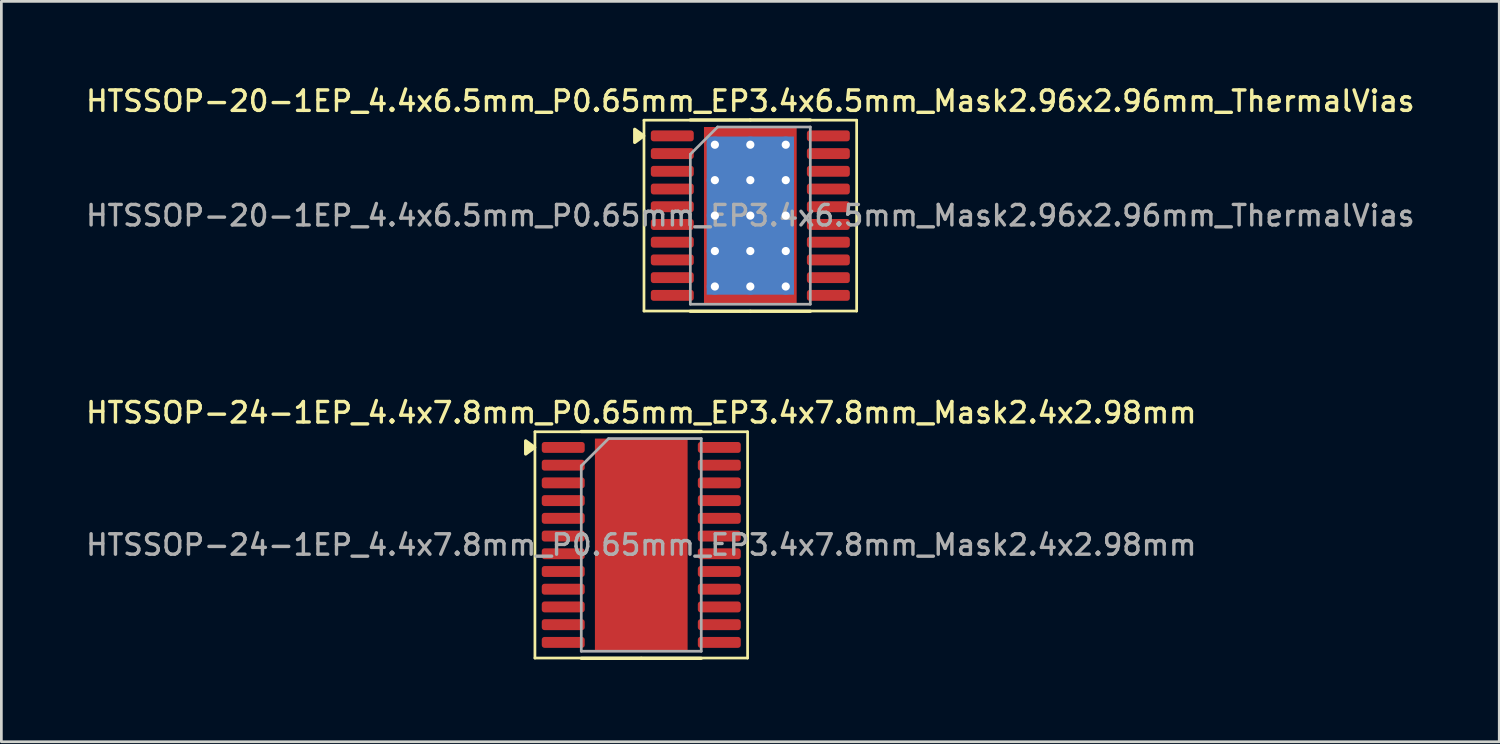
<source format=kicad_pcb>
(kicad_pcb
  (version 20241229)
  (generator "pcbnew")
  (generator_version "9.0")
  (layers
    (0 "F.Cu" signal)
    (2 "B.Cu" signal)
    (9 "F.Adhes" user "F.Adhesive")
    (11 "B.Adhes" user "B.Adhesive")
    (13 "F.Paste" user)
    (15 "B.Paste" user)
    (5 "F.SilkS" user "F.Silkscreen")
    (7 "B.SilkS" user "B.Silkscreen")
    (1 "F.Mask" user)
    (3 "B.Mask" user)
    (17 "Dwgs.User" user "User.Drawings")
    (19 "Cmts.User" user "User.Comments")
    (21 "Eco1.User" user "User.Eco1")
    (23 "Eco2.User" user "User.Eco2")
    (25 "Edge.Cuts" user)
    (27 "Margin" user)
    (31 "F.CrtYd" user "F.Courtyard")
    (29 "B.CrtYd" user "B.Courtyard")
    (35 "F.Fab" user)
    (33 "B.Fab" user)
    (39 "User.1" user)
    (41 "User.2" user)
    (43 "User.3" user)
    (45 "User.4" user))
  (footprint "HTSSOP-20-1EP_4.4x6.5mm_P0.65mm_EP3.4x6.5mm_Mask2.96x2.96mm_ThermalVias"
    (layer "F.Cu")
    (at 24.47 4.858)
    (property "Reference" "HTSSOP-20-1EP_4.4x6.5mm_P0.65mm_EP3.4x6.5mm_Mask2.96x2.96mm_ThermalVias" (at 0 -4.2 0) (layer "F.SilkS") (effects (font (size 0.75 0.75) (thickness 0.125))))
    (attr smd)
    (fp_line (start -3.9 -3.5) (end -3.9 3.5) (stroke (width 0.1) (type solid)) (layer "F.SilkS"))
    (fp_line (start -3.9 3.5) (end 3.9 3.5) (stroke (width 0.1) (type solid)) (layer "F.SilkS"))
    (fp_line (start 0 -3.51) (end -2.2 -3.51) (stroke (width 0.12) (type solid)) (layer "F.SilkS"))
    (fp_line (start 0 -3.51) (end 2.2 -3.51) (stroke (width 0.12) (type solid)) (layer "F.SilkS"))
    (fp_line (start 0 3.51) (end -2.2 3.51) (stroke (width 0.12) (type solid)) (layer "F.SilkS"))
    (fp_line (start 0 3.51) (end 2.2 3.51) (stroke (width 0.12) (type solid)) (layer "F.SilkS"))
    (fp_line (start 3.9 -3.5) (end -3.9 -3.5) (stroke (width 0.1) (type solid)) (layer "F.SilkS"))
    (fp_line (start 3.9 3.5) (end 3.9 -3.5) (stroke (width 0.1) (type solid)) (layer "F.SilkS"))
    (fp_poly (pts (xy -3.91 -2.925) (xy -4.24 -3.165) (xy -4.24 -2.685) (xy -3.91 -2.925)) (stroke (width 0.12) (type solid)) (fill yes) (layer "F.SilkS"))
    (fp_line (start -2.2 -2.25) (end -1.2 -3.25) (stroke (width 0.1) (type solid)) (layer "F.Fab"))
    (fp_line (start -2.2 3.25) (end -2.2 -2.25) (stroke (width 0.1) (type solid)) (layer "F.Fab"))
    (fp_line (start -1.2 -3.25) (end 2.2 -3.25) (stroke (width 0.1) (type solid)) (layer "F.Fab"))
    (fp_line (start 2.2 -3.25) (end 2.2 3.25) (stroke (width 0.1) (type solid)) (layer "F.Fab"))
    (fp_line (start 2.2 3.25) (end -2.2 3.25) (stroke (width 0.1) (type solid)) (layer "F.Fab"))
    (fp_text user "${REFERENCE}" (at 0 0 0) (layer "F.Fab") (effects (font (size 0.75 0.75) (thickness 0.125))))
    (pad "" smd roundrect (at -0.74 -0.74) (size 1.19 1.19) (layers "F.Paste") (roundrect_rratio 0.21))
    (pad "" smd roundrect (at -0.74 0.74) (size 1.19 1.19) (layers "F.Paste") (roundrect_rratio 0.21))
    (pad "" smd rect (at 0 0) (size 2.96 2.96) (layers "F.Mask"))
    (pad "" smd roundrect (at 0.74 -0.74) (size 1.19 1.19) (layers "F.Paste") (roundrect_rratio 0.21))
    (pad "" smd roundrect (at 0.74 0.74) (size 1.19 1.19) (layers "F.Paste") (roundrect_rratio 0.21))
    (pad "1" smd roundrect (at -2.862 -2.925) (size 1.575 0.4) (layers "F.Cu" "F.Mask" "F.Paste") (roundrect_rratio 0.25))
    (pad "2" smd roundrect (at -2.862 -2.275) (size 1.575 0.4) (layers "F.Cu" "F.Mask" "F.Paste") (roundrect_rratio 0.25))
    (pad "3" smd roundrect (at -2.862 -1.625) (size 1.575 0.4) (layers "F.Cu" "F.Mask" "F.Paste") (roundrect_rratio 0.25))
    (pad "4" smd roundrect (at -2.862 -0.975) (size 1.575 0.4) (layers "F.Cu" "F.Mask" "F.Paste") (roundrect_rratio 0.25))
    (pad "5" smd roundrect (at -2.862 -0.325) (size 1.575 0.4) (layers "F.Cu" "F.Mask" "F.Paste") (roundrect_rratio 0.25))
    (pad "6" smd roundrect (at -2.862 0.325) (size 1.575 0.4) (layers "F.Cu" "F.Mask" "F.Paste") (roundrect_rratio 0.25))
    (pad "7" smd roundrect (at -2.862 0.975) (size 1.575 0.4) (layers "F.Cu" "F.Mask" "F.Paste") (roundrect_rratio 0.25))
    (pad "8" smd roundrect (at -2.862 1.625) (size 1.575 0.4) (layers "F.Cu" "F.Mask" "F.Paste") (roundrect_rratio 0.25))
    (pad "9" smd roundrect (at -2.862 2.275) (size 1.575 0.4) (layers "F.Cu" "F.Mask" "F.Paste") (roundrect_rratio 0.25))
    (pad "10" smd roundrect (at -2.862 2.925) (size 1.575 0.4) (layers "F.Cu" "F.Mask" "F.Paste") (roundrect_rratio 0.25))
    (pad "11" smd roundrect (at 2.862 2.925) (size 1.575 0.4) (layers "F.Cu" "F.Mask" "F.Paste") (roundrect_rratio 0.25))
    (pad "12" smd roundrect (at 2.862 2.275) (size 1.575 0.4) (layers "F.Cu" "F.Mask" "F.Paste") (roundrect_rratio 0.25))
    (pad "13" smd roundrect (at 2.862 1.625) (size 1.575 0.4) (layers "F.Cu" "F.Mask" "F.Paste") (roundrect_rratio 0.25))
    (pad "14" smd roundrect (at 2.862 0.975) (size 1.575 0.4) (layers "F.Cu" "F.Mask" "F.Paste") (roundrect_rratio 0.25))
    (pad "15" smd roundrect (at 2.862 0.325) (size 1.575 0.4) (layers "F.Cu" "F.Mask" "F.Paste") (roundrect_rratio 0.25))
    (pad "16" smd roundrect (at 2.862 -0.325) (size 1.575 0.4) (layers "F.Cu" "F.Mask" "F.Paste") (roundrect_rratio 0.25))
    (pad "17" smd roundrect (at 2.862 -0.975) (size 1.575 0.4) (layers "F.Cu" "F.Mask" "F.Paste") (roundrect_rratio 0.25))
    (pad "18" smd roundrect (at 2.862 -1.625) (size 1.575 0.4) (layers "F.Cu" "F.Mask" "F.Paste") (roundrect_rratio 0.25))
    (pad "19" smd roundrect (at 2.862 -2.275) (size 1.575 0.4) (layers "F.Cu" "F.Mask" "F.Paste") (roundrect_rratio 0.25))
    (pad "20" smd roundrect (at 2.862 -2.925) (size 1.575 0.4) (layers "F.Cu" "F.Mask" "F.Paste") (roundrect_rratio 0.25))
    (pad "21" thru_hole circle (at -1.3 -2.6) (size 0.6 0.6) (drill 0.3) (property pad_prop_heatsink) (layers "*.Cu"))
    (pad "21" thru_hole circle (at -1.3 -1.3) (size 0.6 0.6) (drill 0.3) (property pad_prop_heatsink) (layers "*.Cu"))
    (pad "21" thru_hole circle (at -1.3 0) (size 0.6 0.6) (drill 0.3) (property pad_prop_heatsink) (layers "*.Cu"))
    (pad "21" thru_hole circle (at -1.3 1.3) (size 0.6 0.6) (drill 0.3) (property pad_prop_heatsink) (layers "*.Cu"))
    (pad "21" thru_hole circle (at -1.3 2.6) (size 0.6 0.6) (drill 0.3) (property pad_prop_heatsink) (layers "*.Cu"))
    (pad "21" thru_hole circle (at 0 -2.6) (size 0.6 0.6) (drill 0.3) (property pad_prop_heatsink) (layers "*.Cu"))
    (pad "21" thru_hole circle (at 0 -1.3) (size 0.6 0.6) (drill 0.3) (property pad_prop_heatsink) (layers "*.Cu"))
    (pad "21" thru_hole circle (at 0 0) (size 0.6 0.6) (drill 0.3) (property pad_prop_heatsink) (layers "*.Cu"))
    (pad "21" smd rect (at 0 0) (size 3.2 5.8) (property pad_prop_heatsink) (layers "B.Cu"))
    (pad "21" smd rect (at 0 0) (size 3.4 6.5) (property pad_prop_heatsink) (layers "F.Cu"))
    (pad "21" thru_hole circle (at 0 1.3) (size 0.6 0.6) (drill 0.3) (property pad_prop_heatsink) (layers "*.Cu"))
    (pad "21" thru_hole circle (at 0 2.6) (size 0.6 0.6) (drill 0.3) (property pad_prop_heatsink) (layers "*.Cu"))
    (pad "21" thru_hole circle (at 1.3 -2.6) (size 0.6 0.6) (drill 0.3) (property pad_prop_heatsink) (layers "*.Cu"))
    (pad "21" thru_hole circle (at 1.3 -1.3) (size 0.6 0.6) (drill 0.3) (property pad_prop_heatsink) (layers "*.Cu"))
    (pad "21" thru_hole circle (at 1.3 0) (size 0.6 0.6) (drill 0.3) (property pad_prop_heatsink) (layers "*.Cu"))
    (pad "21" thru_hole circle (at 1.3 1.3) (size 0.6 0.6) (drill 0.3) (property pad_prop_heatsink) (layers "*.Cu"))
    (pad "21" thru_hole circle (at 1.3 2.6) (size 0.6 0.6) (drill 0.3) (property pad_prop_heatsink) (layers "*.Cu")))
  (footprint "HTSSOP-24-1EP_4.4x7.8mm_P0.65mm_EP3.4x7.8mm_Mask2.4x2.98mm"
    (layer "F.Cu")
    (at 20.47 16.936)
    (property "Reference" "HTSSOP-24-1EP_4.4x7.8mm_P0.65mm_EP3.4x7.8mm_Mask2.4x2.98mm" (at 0 -4.85 0) (layer "F.SilkS") (effects (font (size 0.75 0.75) (thickness 0.125))))
    (attr smd)
    (fp_line (start -3.9 -4.15) (end -3.9 4.15) (stroke (width 0.1) (type solid)) (layer "F.SilkS"))
    (fp_line (start -3.9 4.15) (end 3.9 4.15) (stroke (width 0.1) (type solid)) (layer "F.SilkS"))
    (fp_line (start 0 -4.16) (end -2.2 -4.16) (stroke (width 0.12) (type solid)) (layer "F.SilkS"))
    (fp_line (start 0 -4.16) (end 2.2 -4.16) (stroke (width 0.12) (type solid)) (layer "F.SilkS"))
    (fp_line (start 0 4.16) (end -2.2 4.16) (stroke (width 0.12) (type solid)) (layer "F.SilkS"))
    (fp_line (start 0 4.16) (end 2.2 4.16) (stroke (width 0.12) (type solid)) (layer "F.SilkS"))
    (fp_line (start 3.9 -4.15) (end -3.9 -4.15) (stroke (width 0.1) (type solid)) (layer "F.SilkS"))
    (fp_line (start 3.9 4.15) (end 3.9 -4.15) (stroke (width 0.1) (type solid)) (layer "F.SilkS"))
    (fp_poly (pts (xy -3.91 -3.575) (xy -4.24 -3.815) (xy -4.24 -3.335) (xy -3.91 -3.575)) (stroke (width 0.12) (type solid)) (fill yes) (layer "F.SilkS"))
    (fp_line (start -2.2 -2.9) (end -1.2 -3.9) (stroke (width 0.1) (type solid)) (layer "F.Fab"))
    (fp_line (start -2.2 3.9) (end -2.2 -2.9) (stroke (width 0.1) (type solid)) (layer "F.Fab"))
    (fp_line (start -1.2 -3.9) (end 2.2 -3.9) (stroke (width 0.1) (type solid)) (layer "F.Fab"))
    (fp_line (start 2.2 -3.9) (end 2.2 3.9) (stroke (width 0.1) (type solid)) (layer "F.Fab"))
    (fp_line (start 2.2 3.9) (end -2.2 3.9) (stroke (width 0.1) (type solid)) (layer "F.Fab"))
    (fp_text user "${REFERENCE}" (at 0 0 0) (layer "F.Fab") (effects (font (size 0.75 0.75) (thickness 0.125))))
    (pad "" smd roundrect (at 0 0) (size 1.93 2.4) (layers "F.Paste") (roundrect_rratio 0.13))
    (pad "" smd rect (at 0 0) (size 2.4 2.98) (layers "F.Mask"))
    (pad "1" smd roundrect (at -2.862 -3.575) (size 1.575 0.4) (layers "F.Cu" "F.Mask" "F.Paste") (roundrect_rratio 0.25))
    (pad "2" smd roundrect (at -2.862 -2.925) (size 1.575 0.4) (layers "F.Cu" "F.Mask" "F.Paste") (roundrect_rratio 0.25))
    (pad "3" smd roundrect (at -2.862 -2.275) (size 1.575 0.4) (layers "F.Cu" "F.Mask" "F.Paste") (roundrect_rratio 0.25))
    (pad "4" smd roundrect (at -2.862 -1.625) (size 1.575 0.4) (layers "F.Cu" "F.Mask" "F.Paste") (roundrect_rratio 0.25))
    (pad "5" smd roundrect (at -2.862 -0.975) (size 1.575 0.4) (layers "F.Cu" "F.Mask" "F.Paste") (roundrect_rratio 0.25))
    (pad "6" smd roundrect (at -2.862 -0.325) (size 1.575 0.4) (layers "F.Cu" "F.Mask" "F.Paste") (roundrect_rratio 0.25))
    (pad "7" smd roundrect (at -2.862 0.325) (size 1.575 0.4) (layers "F.Cu" "F.Mask" "F.Paste") (roundrect_rratio 0.25))
    (pad "8" smd roundrect (at -2.862 0.975) (size 1.575 0.4) (layers "F.Cu" "F.Mask" "F.Paste") (roundrect_rratio 0.25))
    (pad "9" smd roundrect (at -2.862 1.625) (size 1.575 0.4) (layers "F.Cu" "F.Mask" "F.Paste") (roundrect_rratio 0.25))
    (pad "10" smd roundrect (at -2.862 2.275) (size 1.575 0.4) (layers "F.Cu" "F.Mask" "F.Paste") (roundrect_rratio 0.25))
    (pad "11" smd roundrect (at -2.862 2.925) (size 1.575 0.4) (layers "F.Cu" "F.Mask" "F.Paste") (roundrect_rratio 0.25))
    (pad "12" smd roundrect (at -2.862 3.575) (size 1.575 0.4) (layers "F.Cu" "F.Mask" "F.Paste") (roundrect_rratio 0.25))
    (pad "13" smd roundrect (at 2.862 3.575) (size 1.575 0.4) (layers "F.Cu" "F.Mask" "F.Paste") (roundrect_rratio 0.25))
    (pad "14" smd roundrect (at 2.862 2.925) (size 1.575 0.4) (layers "F.Cu" "F.Mask" "F.Paste") (roundrect_rratio 0.25))
    (pad "15" smd roundrect (at 2.862 2.275) (size 1.575 0.4) (layers "F.Cu" "F.Mask" "F.Paste") (roundrect_rratio 0.25))
    (pad "16" smd roundrect (at 2.862 1.625) (size 1.575 0.4) (layers "F.Cu" "F.Mask" "F.Paste") (roundrect_rratio 0.25))
    (pad "17" smd roundrect (at 2.862 0.975) (size 1.575 0.4) (layers "F.Cu" "F.Mask" "F.Paste") (roundrect_rratio 0.25))
    (pad "18" smd roundrect (at 2.862 0.325) (size 1.575 0.4) (layers "F.Cu" "F.Mask" "F.Paste") (roundrect_rratio 0.25))
    (pad "19" smd roundrect (at 2.862 -0.325) (size 1.575 0.4) (layers "F.Cu" "F.Mask" "F.Paste") (roundrect_rratio 0.25))
    (pad "20" smd roundrect (at 2.862 -0.975) (size 1.575 0.4) (layers "F.Cu" "F.Mask" "F.Paste") (roundrect_rratio 0.25))
    (pad "21" smd roundrect (at 2.862 -1.625) (size 1.575 0.4) (layers "F.Cu" "F.Mask" "F.Paste") (roundrect_rratio 0.25))
    (pad "22" smd roundrect (at 2.862 -2.275) (size 1.575 0.4) (layers "F.Cu" "F.Mask" "F.Paste") (roundrect_rratio 0.25))
    (pad "23" smd roundrect (at 2.862 -2.925) (size 1.575 0.4) (layers "F.Cu" "F.Mask" "F.Paste") (roundrect_rratio 0.25))
    (pad "24" smd roundrect (at 2.862 -3.575) (size 1.575 0.4) (layers "F.Cu" "F.Mask" "F.Paste") (roundrect_rratio 0.25))
    (pad "25" smd rect (at 0 0) (size 3.4 7.8) (property pad_prop_heatsink) (layers "F.Cu")))
  (gr_rect
    (start -3 -3)
    (end 51.939 24.156)
    (stroke (width 0.1) (type default))
    (fill no)
    (layer "Edge.Cuts")))
</source>
